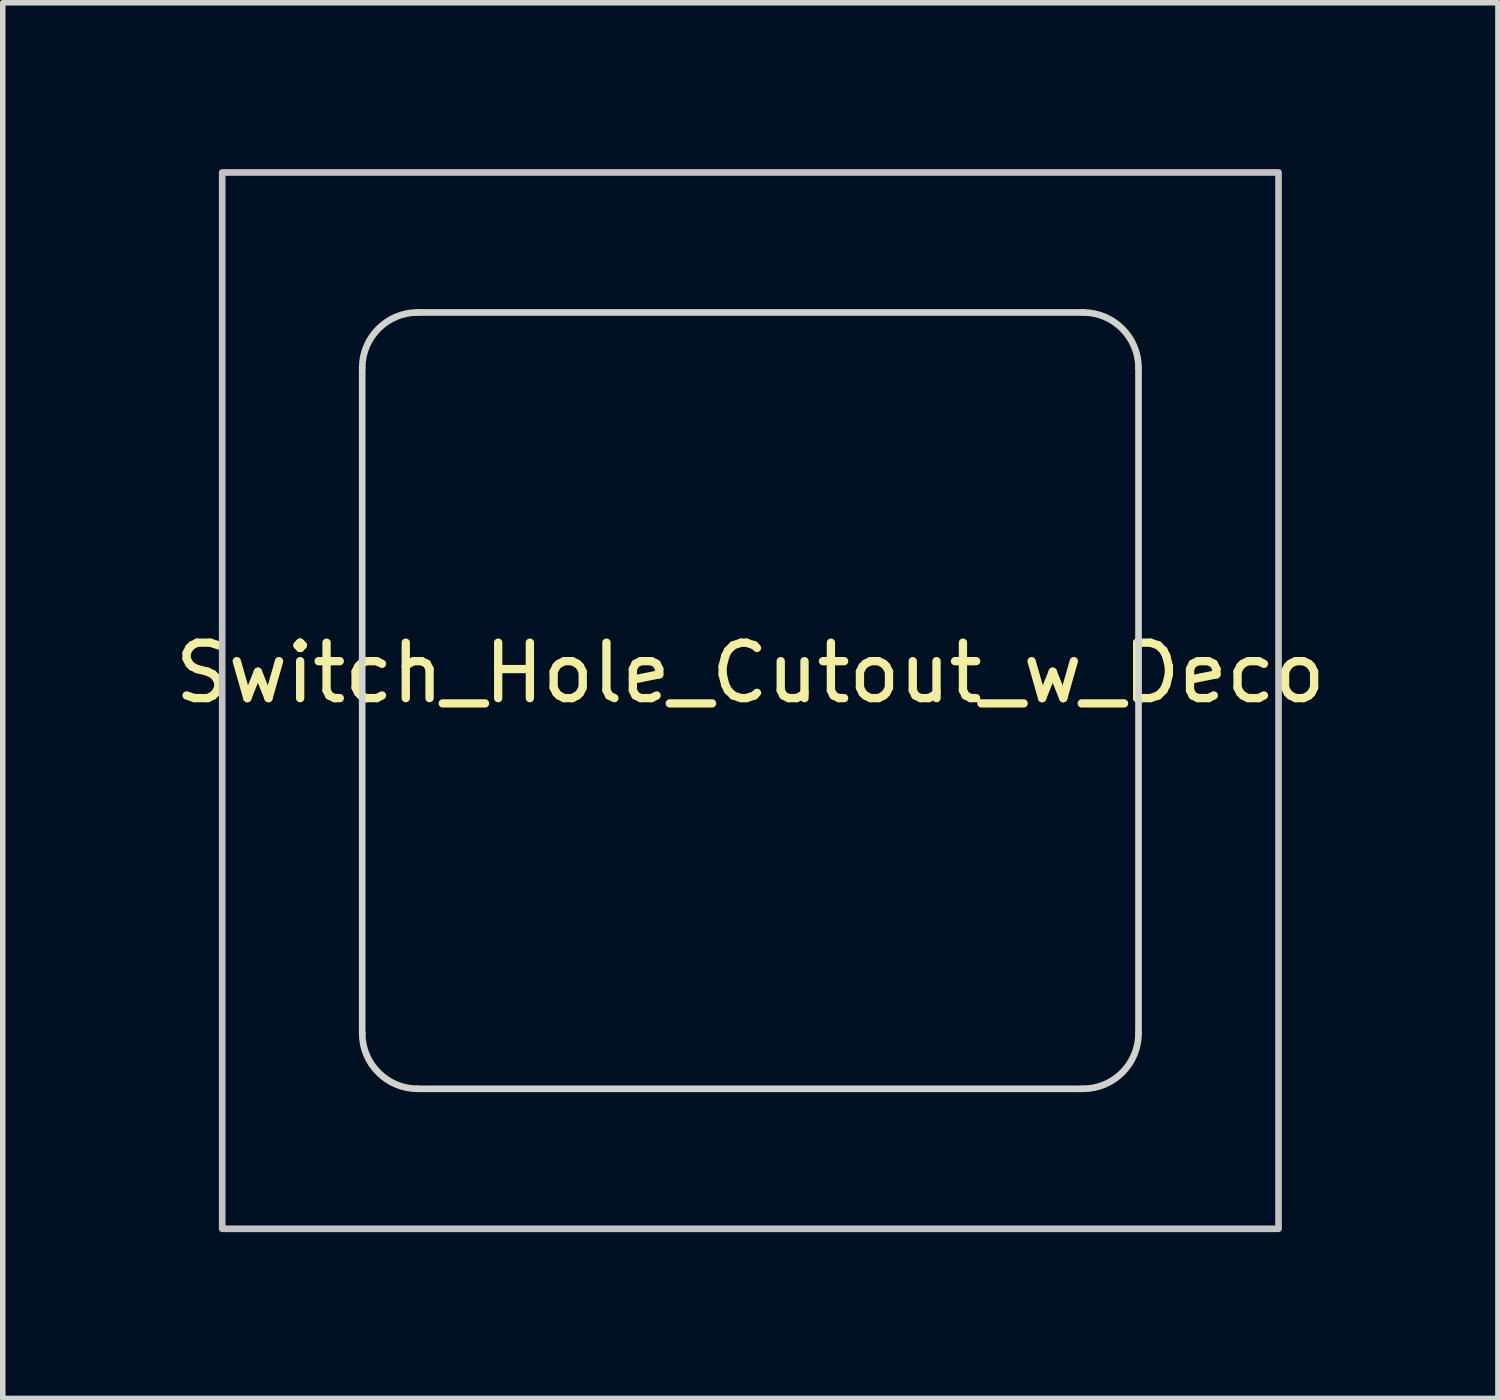
<source format=kicad_pcb>
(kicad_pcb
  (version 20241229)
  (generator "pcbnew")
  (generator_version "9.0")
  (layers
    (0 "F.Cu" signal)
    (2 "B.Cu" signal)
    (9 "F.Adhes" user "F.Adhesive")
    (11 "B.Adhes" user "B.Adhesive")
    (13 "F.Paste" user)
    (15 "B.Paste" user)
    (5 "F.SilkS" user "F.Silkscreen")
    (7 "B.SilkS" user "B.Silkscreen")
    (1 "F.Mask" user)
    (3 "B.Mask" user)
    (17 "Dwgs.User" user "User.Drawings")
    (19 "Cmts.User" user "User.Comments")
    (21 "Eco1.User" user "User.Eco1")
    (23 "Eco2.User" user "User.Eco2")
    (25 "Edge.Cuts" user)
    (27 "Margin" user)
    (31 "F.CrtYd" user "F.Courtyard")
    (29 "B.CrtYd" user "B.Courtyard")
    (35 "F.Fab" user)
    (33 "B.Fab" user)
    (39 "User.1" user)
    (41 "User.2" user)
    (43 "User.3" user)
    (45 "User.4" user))
  (footprint "Switch_Hole_Cutout_w_Deco"
    (layer "F.Cu")
    (at 10.482 9.585)
    (property "Reference" "Switch_Hole_Cutout_w_Deco" (at 0 -0.5 0) (unlocked yes) (layer "F.SilkS") (effects (font (size 1 1) (thickness 0.15))))
    (attr through_hole)
    (fp_line (start -7.6 -6) (end -7.6 6) (stroke (width 0.254) (type solid)) (layer "F.Mask"))
    (fp_line (start -6 -7.6) (end 6 -7.6) (stroke (width 0.254) (type solid)) (layer "F.Mask"))
    (fp_line (start -6 7.6) (end 6 7.6) (stroke (width 0.254) (type solid)) (layer "F.Mask"))
    (fp_line (start 7.6 -6) (end 7.6 6) (stroke (width 0.254) (type solid)) (layer "F.Mask"))
    (fp_arc (start -7.6 -6) (mid -7.131371 -7.131371) (end -6 -7.6) (stroke (width 0.254) (type solid)) (layer "F.Mask"))
    (fp_arc (start -6 7.6) (mid -7.131371 7.131371) (end -7.6 6) (stroke (width 0.254) (type solid)) (layer "F.Mask"))
    (fp_arc (start 6 -7.6) (mid 7.131371 -7.131371) (end 7.6 -6) (stroke (width 0.254) (type solid)) (layer "F.Mask"))
    (fp_arc (start 7.6 6) (mid 7.131371 7.131371) (end 6 7.6) (stroke (width 0.254) (type solid)) (layer "F.Mask"))
    (fp_line (start -7.6 -6) (end -7.6 6) (stroke (width 0.254) (type solid)) (layer "B.Mask"))
    (fp_line (start -6 -7.6) (end 6 -7.6) (stroke (width 0.254) (type solid)) (layer "B.Mask"))
    (fp_line (start 6 7.6) (end -6 7.6) (stroke (width 0.254) (type solid)) (layer "B.Mask"))
    (fp_line (start 7.6 -6) (end 7.6 6) (stroke (width 0.254) (type solid)) (layer "B.Mask"))
    (fp_arc (start -7.600001 -5.999999) (mid -7.131374 -7.131372) (end -6.000001 -7.599999) (stroke (width 0.254) (type solid)) (layer "B.Mask"))
    (fp_arc (start -6 7.6) (mid -7.131371 7.131371) (end -7.6 6) (stroke (width 0.254) (type solid)) (layer "B.Mask"))
    (fp_arc (start 5.999999 -7.600001) (mid 7.131372 -7.131374) (end 7.599999 -6.000001) (stroke (width 0.254) (type solid)) (layer "B.Mask"))
    (fp_arc (start 7.600001 5.999999) (mid 7.131374 7.131372) (end 6.000001 7.599999) (stroke (width 0.254) (type solid)) (layer "B.Mask"))
    (fp_rect (start -9.525 -9.525) (end 9.525 9.525) (stroke (width 0.12) (type solid)) (fill no) (layer "Dwgs.User"))
    (fp_line (start -7 6) (end -7 -6) (stroke (width 0.12) (type solid)) (layer "Edge.Cuts"))
    (fp_line (start -6 -7) (end 6 -7) (stroke (width 0.12) (type solid)) (layer "Edge.Cuts"))
    (fp_line (start -6 7) (end 6 7) (stroke (width 0.12) (type solid)) (layer "Edge.Cuts"))
    (fp_line (start 7 6) (end 7 -6) (stroke (width 0.12) (type solid)) (layer "Edge.Cuts"))
    (fp_arc (start -7 -6) (mid -6.707107 -6.707107) (end -6 -7) (stroke (width 0.12) (type solid)) (layer "Edge.Cuts"))
    (fp_arc (start -6 7) (mid -6.707107 6.707107) (end -7 6) (stroke (width 0.12) (type solid)) (layer "Edge.Cuts"))
    (fp_arc (start 6 -7) (mid 6.707107 -6.707107) (end 7 -6) (stroke (width 0.12) (type solid)) (layer "Edge.Cuts"))
    (fp_arc (start 7 6) (mid 6.707107 6.707107) (end 6 7) (stroke (width 0.12) (type solid)) (layer "Edge.Cuts")))
  (gr_rect
    (start -3 -3)
    (end 23.964 22.17)
    (stroke (width 0.1) (type default))
    (fill no)
    (layer "Edge.Cuts")))
</source>
